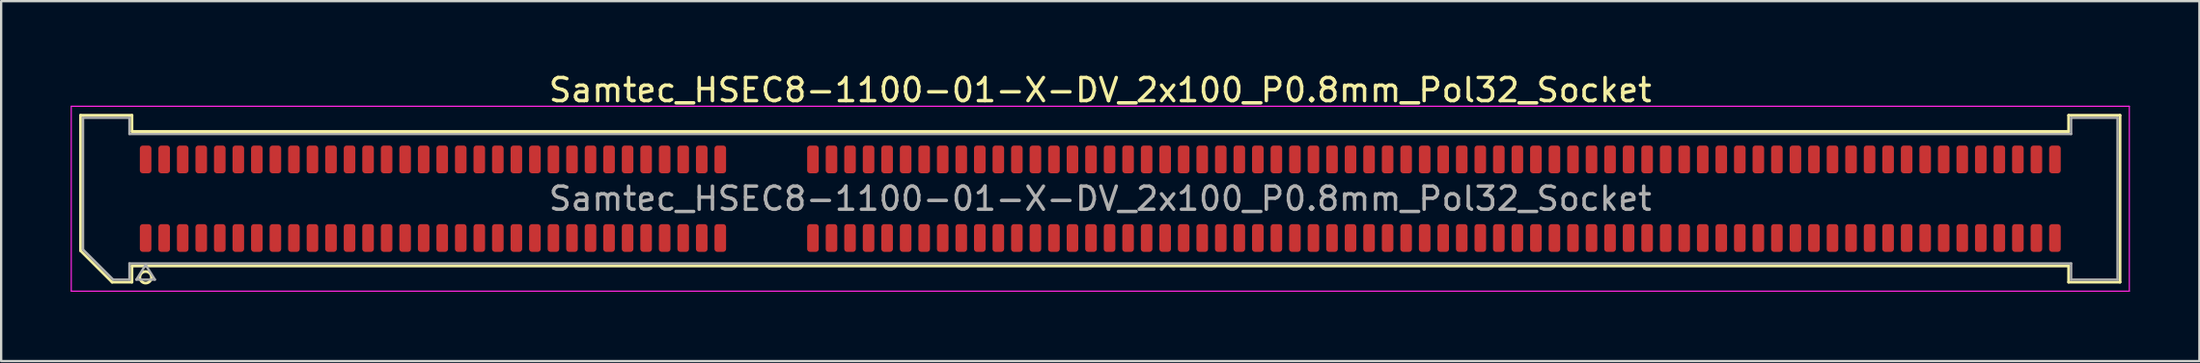
<source format=kicad_pcb>
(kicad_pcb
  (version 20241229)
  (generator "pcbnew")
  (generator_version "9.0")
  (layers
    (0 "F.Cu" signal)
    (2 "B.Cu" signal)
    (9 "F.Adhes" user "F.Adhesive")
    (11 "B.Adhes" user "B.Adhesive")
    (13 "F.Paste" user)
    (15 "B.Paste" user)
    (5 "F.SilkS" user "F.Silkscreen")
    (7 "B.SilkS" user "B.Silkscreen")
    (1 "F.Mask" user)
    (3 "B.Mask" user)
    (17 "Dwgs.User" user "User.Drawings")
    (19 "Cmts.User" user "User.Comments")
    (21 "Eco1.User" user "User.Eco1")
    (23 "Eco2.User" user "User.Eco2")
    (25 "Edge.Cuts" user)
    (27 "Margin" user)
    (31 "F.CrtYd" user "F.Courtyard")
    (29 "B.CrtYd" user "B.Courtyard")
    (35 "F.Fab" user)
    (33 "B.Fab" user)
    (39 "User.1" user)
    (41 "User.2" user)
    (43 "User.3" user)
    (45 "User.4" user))
  (footprint "Samtec_HSEC8-1100-01-X-DV_2x100_P0.8mm_Pol32_Socket"
    (layer "F.Cu")
    (at 44.435 5.548)
    (property "Reference" "Samtec_HSEC8-1100-01-X-DV_2x100_P0.8mm_Pol32_Socket" (at 0 -4.7 0) (layer "F.SilkS") (effects (font (size 1 1) (thickness 0.15))))
    (attr smd)
    (fp_line (start -44.01 -3.61) (end -41.79 -3.61) (stroke (width 0.12) (type solid)) (layer "F.SilkS"))
    (fp_line (start -44.01 2.246) (end -44.01 -3.61) (stroke (width 0.12) (type solid)) (layer "F.SilkS"))
    (fp_line (start -42.646 3.61) (end -44.01 2.246) (stroke (width 0.12) (type solid)) (layer "F.SilkS"))
    (fp_line (start -41.79 -3.61) (end -41.79 -2.91) (stroke (width 0.12) (type solid)) (layer "F.SilkS"))
    (fp_line (start -41.79 -2.91) (end 41.79 -2.91) (stroke (width 0.12) (type solid)) (layer "F.SilkS"))
    (fp_line (start -41.79 2.91) (end -41.79 3.61) (stroke (width 0.12) (type solid)) (layer "F.SilkS"))
    (fp_line (start -41.79 3.61) (end -42.646 3.61) (stroke (width 0.12) (type solid)) (layer "F.SilkS"))
    (fp_line (start 41.79 -3.61) (end 44.01 -3.61) (stroke (width 0.12) (type solid)) (layer "F.SilkS"))
    (fp_line (start 41.79 -2.91) (end 41.79 -3.61) (stroke (width 0.12) (type solid)) (layer "F.SilkS"))
    (fp_line (start 41.79 2.91) (end -41.79 2.91) (stroke (width 0.12) (type solid)) (layer "F.SilkS"))
    (fp_line (start 41.79 3.61) (end 41.79 2.91) (stroke (width 0.12) (type solid)) (layer "F.SilkS"))
    (fp_line (start 44.01 -3.61) (end 44.01 3.61) (stroke (width 0.12) (type solid)) (layer "F.SilkS"))
    (fp_line (start 44.01 3.61) (end 41.79 3.61) (stroke (width 0.12) (type solid)) (layer "F.SilkS"))
    (fp_circle (center -41.2 3.4) (end -40.95 3.4) (stroke (width 0.12) (type solid)) (fill no) (layer "F.SilkS"))
    (fp_line (start -44.41 -4) (end -44.41 4) (stroke (width 0.05) (type solid)) (layer "F.CrtYd"))
    (fp_line (start -44.41 4) (end 44.41 4) (stroke (width 0.05) (type solid)) (layer "F.CrtYd"))
    (fp_line (start 44.41 -4) (end -44.41 -4) (stroke (width 0.05) (type solid)) (layer "F.CrtYd"))
    (fp_line (start 44.41 4) (end 44.41 -4) (stroke (width 0.05) (type solid)) (layer "F.CrtYd"))
    (fp_line (start -43.9 -3.5) (end -41.9 -3.5) (stroke (width 0.1) (type solid)) (layer "F.Fab"))
    (fp_line (start -43.9 2.2) (end -43.9 -3.5) (stroke (width 0.1) (type solid)) (layer "F.Fab"))
    (fp_line (start -42.6 3.5) (end -43.9 2.2) (stroke (width 0.1) (type solid)) (layer "F.Fab"))
    (fp_line (start -41.9 -3.5) (end -41.9 -2.8) (stroke (width 0.1) (type solid)) (layer "F.Fab"))
    (fp_line (start -41.9 -2.8) (end 41.9 -2.8) (stroke (width 0.1) (type solid)) (layer "F.Fab"))
    (fp_line (start -41.9 2.8) (end -41.9 3.5) (stroke (width 0.1) (type solid)) (layer "F.Fab"))
    (fp_line (start -41.9 3.5) (end -42.6 3.5) (stroke (width 0.1) (type solid)) (layer "F.Fab"))
    (fp_line (start -41.6 3.5) (end -41.2 2.86) (stroke (width 0.1) (type solid)) (layer "F.Fab"))
    (fp_line (start -41.2 2.86) (end -40.8 3.5) (stroke (width 0.1) (type solid)) (layer "F.Fab"))
    (fp_line (start -40.8 3.5) (end -41.6 3.5) (stroke (width 0.1) (type solid)) (layer "F.Fab"))
    (fp_line (start 41.9 -3.5) (end 43.9 -3.5) (stroke (width 0.1) (type solid)) (layer "F.Fab"))
    (fp_line (start 41.9 -2.8) (end 41.9 -3.5) (stroke (width 0.1) (type solid)) (layer "F.Fab"))
    (fp_line (start 41.9 2.8) (end -41.9 2.8) (stroke (width 0.1) (type solid)) (layer "F.Fab"))
    (fp_line (start 41.9 3.5) (end 41.9 2.8) (stroke (width 0.1) (type solid)) (layer "F.Fab"))
    (fp_line (start 43.9 -3.5) (end 43.9 3.5) (stroke (width 0.1) (type solid)) (layer "F.Fab"))
    (fp_line (start 43.9 3.5) (end 41.9 3.5) (stroke (width 0.1) (type solid)) (layer "F.Fab"))
    (fp_text user "${REFERENCE}" (at 0 0 0) (layer "F.Fab") (effects (font (size 1 1) (thickness 0.15))))
    (pad "1" smd roundrect (at -41.2 1.7) (size 0.5 1.2) (layers "F.Cu" "F.Mask" "F.Paste") (roundrect_rratio 0.25))
    (pad "2" smd roundrect (at -41.2 -1.7) (size 0.5 1.2) (layers "F.Cu" "F.Mask" "F.Paste") (roundrect_rratio 0.25))
    (pad "3" smd roundrect (at -40.4 1.7) (size 0.5 1.2) (layers "F.Cu" "F.Mask" "F.Paste") (roundrect_rratio 0.25))
    (pad "4" smd roundrect (at -40.4 -1.7) (size 0.5 1.2) (layers "F.Cu" "F.Mask" "F.Paste") (roundrect_rratio 0.25))
    (pad "5" smd roundrect (at -39.6 1.7) (size 0.5 1.2) (layers "F.Cu" "F.Mask" "F.Paste") (roundrect_rratio 0.25))
    (pad "6" smd roundrect (at -39.6 -1.7) (size 0.5 1.2) (layers "F.Cu" "F.Mask" "F.Paste") (roundrect_rratio 0.25))
    (pad "7" smd roundrect (at -38.8 1.7) (size 0.5 1.2) (layers "F.Cu" "F.Mask" "F.Paste") (roundrect_rratio 0.25))
    (pad "8" smd roundrect (at -38.8 -1.7) (size 0.5 1.2) (layers "F.Cu" "F.Mask" "F.Paste") (roundrect_rratio 0.25))
    (pad "9" smd roundrect (at -38 1.7) (size 0.5 1.2) (layers "F.Cu" "F.Mask" "F.Paste") (roundrect_rratio 0.25))
    (pad "10" smd roundrect (at -38 -1.7) (size 0.5 1.2) (layers "F.Cu" "F.Mask" "F.Paste") (roundrect_rratio 0.25))
    (pad "11" smd roundrect (at -37.2 1.7) (size 0.5 1.2) (layers "F.Cu" "F.Mask" "F.Paste") (roundrect_rratio 0.25))
    (pad "12" smd roundrect (at -37.2 -1.7) (size 0.5 1.2) (layers "F.Cu" "F.Mask" "F.Paste") (roundrect_rratio 0.25))
    (pad "13" smd roundrect (at -36.4 1.7) (size 0.5 1.2) (layers "F.Cu" "F.Mask" "F.Paste") (roundrect_rratio 0.25))
    (pad "14" smd roundrect (at -36.4 -1.7) (size 0.5 1.2) (layers "F.Cu" "F.Mask" "F.Paste") (roundrect_rratio 0.25))
    (pad "15" smd roundrect (at -35.6 1.7) (size 0.5 1.2) (layers "F.Cu" "F.Mask" "F.Paste") (roundrect_rratio 0.25))
    (pad "16" smd roundrect (at -35.6 -1.7) (size 0.5 1.2) (layers "F.Cu" "F.Mask" "F.Paste") (roundrect_rratio 0.25))
    (pad "17" smd roundrect (at -34.8 1.7) (size 0.5 1.2) (layers "F.Cu" "F.Mask" "F.Paste") (roundrect_rratio 0.25))
    (pad "18" smd roundrect (at -34.8 -1.7) (size 0.5 1.2) (layers "F.Cu" "F.Mask" "F.Paste") (roundrect_rratio 0.25))
    (pad "19" smd roundrect (at -34 1.7) (size 0.5 1.2) (layers "F.Cu" "F.Mask" "F.Paste") (roundrect_rratio 0.25))
    (pad "20" smd roundrect (at -34 -1.7) (size 0.5 1.2) (layers "F.Cu" "F.Mask" "F.Paste") (roundrect_rratio 0.25))
    (pad "21" smd roundrect (at -33.2 1.7) (size 0.5 1.2) (layers "F.Cu" "F.Mask" "F.Paste") (roundrect_rratio 0.25))
    (pad "22" smd roundrect (at -33.2 -1.7) (size 0.5 1.2) (layers "F.Cu" "F.Mask" "F.Paste") (roundrect_rratio 0.25))
    (pad "23" smd roundrect (at -32.4 1.7) (size 0.5 1.2) (layers "F.Cu" "F.Mask" "F.Paste") (roundrect_rratio 0.25))
    (pad "24" smd roundrect (at -32.4 -1.7) (size 0.5 1.2) (layers "F.Cu" "F.Mask" "F.Paste") (roundrect_rratio 0.25))
    (pad "25" smd roundrect (at -31.6 1.7) (size 0.5 1.2) (layers "F.Cu" "F.Mask" "F.Paste") (roundrect_rratio 0.25))
    (pad "26" smd roundrect (at -31.6 -1.7) (size 0.5 1.2) (layers "F.Cu" "F.Mask" "F.Paste") (roundrect_rratio 0.25))
    (pad "27" smd roundrect (at -30.8 1.7) (size 0.5 1.2) (layers "F.Cu" "F.Mask" "F.Paste") (roundrect_rratio 0.25))
    (pad "28" smd roundrect (at -30.8 -1.7) (size 0.5 1.2) (layers "F.Cu" "F.Mask" "F.Paste") (roundrect_rratio 0.25))
    (pad "29" smd roundrect (at -30 1.7) (size 0.5 1.2) (layers "F.Cu" "F.Mask" "F.Paste") (roundrect_rratio 0.25))
    (pad "30" smd roundrect (at -30 -1.7) (size 0.5 1.2) (layers "F.Cu" "F.Mask" "F.Paste") (roundrect_rratio 0.25))
    (pad "31" smd roundrect (at -29.2 1.7) (size 0.5 1.2) (layers "F.Cu" "F.Mask" "F.Paste") (roundrect_rratio 0.25))
    (pad "32" smd roundrect (at -29.2 -1.7) (size 0.5 1.2) (layers "F.Cu" "F.Mask" "F.Paste") (roundrect_rratio 0.25))
    (pad "33" smd roundrect (at -28.4 1.7) (size 0.5 1.2) (layers "F.Cu" "F.Mask" "F.Paste") (roundrect_rratio 0.25))
    (pad "34" smd roundrect (at -28.4 -1.7) (size 0.5 1.2) (layers "F.Cu" "F.Mask" "F.Paste") (roundrect_rratio 0.25))
    (pad "35" smd roundrect (at -27.6 1.7) (size 0.5 1.2) (layers "F.Cu" "F.Mask" "F.Paste") (roundrect_rratio 0.25))
    (pad "36" smd roundrect (at -27.6 -1.7) (size 0.5 1.2) (layers "F.Cu" "F.Mask" "F.Paste") (roundrect_rratio 0.25))
    (pad "37" smd roundrect (at -26.8 1.7) (size 0.5 1.2) (layers "F.Cu" "F.Mask" "F.Paste") (roundrect_rratio 0.25))
    (pad "38" smd roundrect (at -26.8 -1.7) (size 0.5 1.2) (layers "F.Cu" "F.Mask" "F.Paste") (roundrect_rratio 0.25))
    (pad "39" smd roundrect (at -26 1.7) (size 0.5 1.2) (layers "F.Cu" "F.Mask" "F.Paste") (roundrect_rratio 0.25))
    (pad "40" smd roundrect (at -26 -1.7) (size 0.5 1.2) (layers "F.Cu" "F.Mask" "F.Paste") (roundrect_rratio 0.25))
    (pad "41" smd roundrect (at -25.2 1.7) (size 0.5 1.2) (layers "F.Cu" "F.Mask" "F.Paste") (roundrect_rratio 0.25))
    (pad "42" smd roundrect (at -25.2 -1.7) (size 0.5 1.2) (layers "F.Cu" "F.Mask" "F.Paste") (roundrect_rratio 0.25))
    (pad "43" smd roundrect (at -24.4 1.7) (size 0.5 1.2) (layers "F.Cu" "F.Mask" "F.Paste") (roundrect_rratio 0.25))
    (pad "44" smd roundrect (at -24.4 -1.7) (size 0.5 1.2) (layers "F.Cu" "F.Mask" "F.Paste") (roundrect_rratio 0.25))
    (pad "45" smd roundrect (at -23.6 1.7) (size 0.5 1.2) (layers "F.Cu" "F.Mask" "F.Paste") (roundrect_rratio 0.25))
    (pad "46" smd roundrect (at -23.6 -1.7) (size 0.5 1.2) (layers "F.Cu" "F.Mask" "F.Paste") (roundrect_rratio 0.25))
    (pad "47" smd roundrect (at -22.8 1.7) (size 0.5 1.2) (layers "F.Cu" "F.Mask" "F.Paste") (roundrect_rratio 0.25))
    (pad "48" smd roundrect (at -22.8 -1.7) (size 0.5 1.2) (layers "F.Cu" "F.Mask" "F.Paste") (roundrect_rratio 0.25))
    (pad "49" smd roundrect (at -22 1.7) (size 0.5 1.2) (layers "F.Cu" "F.Mask" "F.Paste") (roundrect_rratio 0.25))
    (pad "50" smd roundrect (at -22 -1.7) (size 0.5 1.2) (layers "F.Cu" "F.Mask" "F.Paste") (roundrect_rratio 0.25))
    (pad "51" smd roundrect (at -21.2 1.7) (size 0.5 1.2) (layers "F.Cu" "F.Mask" "F.Paste") (roundrect_rratio 0.25))
    (pad "52" smd roundrect (at -21.2 -1.7) (size 0.5 1.2) (layers "F.Cu" "F.Mask" "F.Paste") (roundrect_rratio 0.25))
    (pad "53" smd roundrect (at -20.4 1.7) (size 0.5 1.2) (layers "F.Cu" "F.Mask" "F.Paste") (roundrect_rratio 0.25))
    (pad "54" smd roundrect (at -20.4 -1.7) (size 0.5 1.2) (layers "F.Cu" "F.Mask" "F.Paste") (roundrect_rratio 0.25))
    (pad "55" smd roundrect (at -19.6 1.7) (size 0.5 1.2) (layers "F.Cu" "F.Mask" "F.Paste") (roundrect_rratio 0.25))
    (pad "56" smd roundrect (at -19.6 -1.7) (size 0.5 1.2) (layers "F.Cu" "F.Mask" "F.Paste") (roundrect_rratio 0.25))
    (pad "57" smd roundrect (at -18.8 1.7) (size 0.5 1.2) (layers "F.Cu" "F.Mask" "F.Paste") (roundrect_rratio 0.25))
    (pad "58" smd roundrect (at -18.8 -1.7) (size 0.5 1.2) (layers "F.Cu" "F.Mask" "F.Paste") (roundrect_rratio 0.25))
    (pad "59" smd roundrect (at -18 1.7) (size 0.5 1.2) (layers "F.Cu" "F.Mask" "F.Paste") (roundrect_rratio 0.25))
    (pad "60" smd roundrect (at -18 -1.7) (size 0.5 1.2) (layers "F.Cu" "F.Mask" "F.Paste") (roundrect_rratio 0.25))
    (pad "61" smd roundrect (at -17.2 1.7) (size 0.5 1.2) (layers "F.Cu" "F.Mask" "F.Paste") (roundrect_rratio 0.25))
    (pad "62" smd roundrect (at -17.2 -1.7) (size 0.5 1.2) (layers "F.Cu" "F.Mask" "F.Paste") (roundrect_rratio 0.25))
    (pad "63" smd roundrect (at -16.4 1.7) (size 0.5 1.2) (layers "F.Cu" "F.Mask" "F.Paste") (roundrect_rratio 0.25))
    (pad "64" smd roundrect (at -16.4 -1.7) (size 0.5 1.2) (layers "F.Cu" "F.Mask" "F.Paste") (roundrect_rratio 0.25))
    (pad "65" smd roundrect (at -12.4 1.7) (size 0.5 1.2) (layers "F.Cu" "F.Mask" "F.Paste") (roundrect_rratio 0.25))
    (pad "66" smd roundrect (at -12.4 -1.7) (size 0.5 1.2) (layers "F.Cu" "F.Mask" "F.Paste") (roundrect_rratio 0.25))
    (pad "67" smd roundrect (at -11.6 1.7) (size 0.5 1.2) (layers "F.Cu" "F.Mask" "F.Paste") (roundrect_rratio 0.25))
    (pad "68" smd roundrect (at -11.6 -1.7) (size 0.5 1.2) (layers "F.Cu" "F.Mask" "F.Paste") (roundrect_rratio 0.25))
    (pad "69" smd roundrect (at -10.8 1.7) (size 0.5 1.2) (layers "F.Cu" "F.Mask" "F.Paste") (roundrect_rratio 0.25))
    (pad "70" smd roundrect (at -10.8 -1.7) (size 0.5 1.2) (layers "F.Cu" "F.Mask" "F.Paste") (roundrect_rratio 0.25))
    (pad "71" smd roundrect (at -10 1.7) (size 0.5 1.2) (layers "F.Cu" "F.Mask" "F.Paste") (roundrect_rratio 0.25))
    (pad "72" smd roundrect (at -10 -1.7) (size 0.5 1.2) (layers "F.Cu" "F.Mask" "F.Paste") (roundrect_rratio 0.25))
    (pad "73" smd roundrect (at -9.2 1.7) (size 0.5 1.2) (layers "F.Cu" "F.Mask" "F.Paste") (roundrect_rratio 0.25))
    (pad "74" smd roundrect (at -9.2 -1.7) (size 0.5 1.2) (layers "F.Cu" "F.Mask" "F.Paste") (roundrect_rratio 0.25))
    (pad "75" smd roundrect (at -8.4 1.7) (size 0.5 1.2) (layers "F.Cu" "F.Mask" "F.Paste") (roundrect_rratio 0.25))
    (pad "76" smd roundrect (at -8.4 -1.7) (size 0.5 1.2) (layers "F.Cu" "F.Mask" "F.Paste") (roundrect_rratio 0.25))
    (pad "77" smd roundrect (at -7.6 1.7) (size 0.5 1.2) (layers "F.Cu" "F.Mask" "F.Paste") (roundrect_rratio 0.25))
    (pad "78" smd roundrect (at -7.6 -1.7) (size 0.5 1.2) (layers "F.Cu" "F.Mask" "F.Paste") (roundrect_rratio 0.25))
    (pad "79" smd roundrect (at -6.8 1.7) (size 0.5 1.2) (layers "F.Cu" "F.Mask" "F.Paste") (roundrect_rratio 0.25))
    (pad "80" smd roundrect (at -6.8 -1.7) (size 0.5 1.2) (layers "F.Cu" "F.Mask" "F.Paste") (roundrect_rratio 0.25))
    (pad "81" smd roundrect (at -6 1.7) (size 0.5 1.2) (layers "F.Cu" "F.Mask" "F.Paste") (roundrect_rratio 0.25))
    (pad "82" smd roundrect (at -6 -1.7) (size 0.5 1.2) (layers "F.Cu" "F.Mask" "F.Paste") (roundrect_rratio 0.25))
    (pad "83" smd roundrect (at -5.2 1.7) (size 0.5 1.2) (layers "F.Cu" "F.Mask" "F.Paste") (roundrect_rratio 0.25))
    (pad "84" smd roundrect (at -5.2 -1.7) (size 0.5 1.2) (layers "F.Cu" "F.Mask" "F.Paste") (roundrect_rratio 0.25))
    (pad "85" smd roundrect (at -4.4 1.7) (size 0.5 1.2) (layers "F.Cu" "F.Mask" "F.Paste") (roundrect_rratio 0.25))
    (pad "86" smd roundrect (at -4.4 -1.7) (size 0.5 1.2) (layers "F.Cu" "F.Mask" "F.Paste") (roundrect_rratio 0.25))
    (pad "87" smd roundrect (at -3.6 1.7) (size 0.5 1.2) (layers "F.Cu" "F.Mask" "F.Paste") (roundrect_rratio 0.25))
    (pad "88" smd roundrect (at -3.6 -1.7) (size 0.5 1.2) (layers "F.Cu" "F.Mask" "F.Paste") (roundrect_rratio 0.25))
    (pad "89" smd roundrect (at -2.8 1.7) (size 0.5 1.2) (layers "F.Cu" "F.Mask" "F.Paste") (roundrect_rratio 0.25))
    (pad "90" smd roundrect (at -2.8 -1.7) (size 0.5 1.2) (layers "F.Cu" "F.Mask" "F.Paste") (roundrect_rratio 0.25))
    (pad "91" smd roundrect (at -2 1.7) (size 0.5 1.2) (layers "F.Cu" "F.Mask" "F.Paste") (roundrect_rratio 0.25))
    (pad "92" smd roundrect (at -2 -1.7) (size 0.5 1.2) (layers "F.Cu" "F.Mask" "F.Paste") (roundrect_rratio 0.25))
    (pad "93" smd roundrect (at -1.2 1.7) (size 0.5 1.2) (layers "F.Cu" "F.Mask" "F.Paste") (roundrect_rratio 0.25))
    (pad "94" smd roundrect (at -1.2 -1.7) (size 0.5 1.2) (layers "F.Cu" "F.Mask" "F.Paste") (roundrect_rratio 0.25))
    (pad "95" smd roundrect (at -0.4 1.7) (size 0.5 1.2) (layers "F.Cu" "F.Mask" "F.Paste") (roundrect_rratio 0.25))
    (pad "96" smd roundrect (at -0.4 -1.7) (size 0.5 1.2) (layers "F.Cu" "F.Mask" "F.Paste") (roundrect_rratio 0.25))
    (pad "97" smd roundrect (at 0.4 1.7) (size 0.5 1.2) (layers "F.Cu" "F.Mask" "F.Paste") (roundrect_rratio 0.25))
    (pad "98" smd roundrect (at 0.4 -1.7) (size 0.5 1.2) (layers "F.Cu" "F.Mask" "F.Paste") (roundrect_rratio 0.25))
    (pad "99" smd roundrect (at 1.2 1.7) (size 0.5 1.2) (layers "F.Cu" "F.Mask" "F.Paste") (roundrect_rratio 0.25))
    (pad "100" smd roundrect (at 1.2 -1.7) (size 0.5 1.2) (layers "F.Cu" "F.Mask" "F.Paste") (roundrect_rratio 0.25))
    (pad "101" smd roundrect (at 2 1.7) (size 0.5 1.2) (layers "F.Cu" "F.Mask" "F.Paste") (roundrect_rratio 0.25))
    (pad "102" smd roundrect (at 2 -1.7) (size 0.5 1.2) (layers "F.Cu" "F.Mask" "F.Paste") (roundrect_rratio 0.25))
    (pad "103" smd roundrect (at 2.8 1.7) (size 0.5 1.2) (layers "F.Cu" "F.Mask" "F.Paste") (roundrect_rratio 0.25))
    (pad "104" smd roundrect (at 2.8 -1.7) (size 0.5 1.2) (layers "F.Cu" "F.Mask" "F.Paste") (roundrect_rratio 0.25))
    (pad "105" smd roundrect (at 3.6 1.7) (size 0.5 1.2) (layers "F.Cu" "F.Mask" "F.Paste") (roundrect_rratio 0.25))
    (pad "106" smd roundrect (at 3.6 -1.7) (size 0.5 1.2) (layers "F.Cu" "F.Mask" "F.Paste") (roundrect_rratio 0.25))
    (pad "107" smd roundrect (at 4.4 1.7) (size 0.5 1.2) (layers "F.Cu" "F.Mask" "F.Paste") (roundrect_rratio 0.25))
    (pad "108" smd roundrect (at 4.4 -1.7) (size 0.5 1.2) (layers "F.Cu" "F.Mask" "F.Paste") (roundrect_rratio 0.25))
    (pad "109" smd roundrect (at 5.2 1.7) (size 0.5 1.2) (layers "F.Cu" "F.Mask" "F.Paste") (roundrect_rratio 0.25))
    (pad "110" smd roundrect (at 5.2 -1.7) (size 0.5 1.2) (layers "F.Cu" "F.Mask" "F.Paste") (roundrect_rratio 0.25))
    (pad "111" smd roundrect (at 6 1.7) (size 0.5 1.2) (layers "F.Cu" "F.Mask" "F.Paste") (roundrect_rratio 0.25))
    (pad "112" smd roundrect (at 6 -1.7) (size 0.5 1.2) (layers "F.Cu" "F.Mask" "F.Paste") (roundrect_rratio 0.25))
    (pad "113" smd roundrect (at 6.8 1.7) (size 0.5 1.2) (layers "F.Cu" "F.Mask" "F.Paste") (roundrect_rratio 0.25))
    (pad "114" smd roundrect (at 6.8 -1.7) (size 0.5 1.2) (layers "F.Cu" "F.Mask" "F.Paste") (roundrect_rratio 0.25))
    (pad "115" smd roundrect (at 7.6 1.7) (size 0.5 1.2) (layers "F.Cu" "F.Mask" "F.Paste") (roundrect_rratio 0.25))
    (pad "116" smd roundrect (at 7.6 -1.7) (size 0.5 1.2) (layers "F.Cu" "F.Mask" "F.Paste") (roundrect_rratio 0.25))
    (pad "117" smd roundrect (at 8.4 1.7) (size 0.5 1.2) (layers "F.Cu" "F.Mask" "F.Paste") (roundrect_rratio 0.25))
    (pad "118" smd roundrect (at 8.4 -1.7) (size 0.5 1.2) (layers "F.Cu" "F.Mask" "F.Paste") (roundrect_rratio 0.25))
    (pad "119" smd roundrect (at 9.2 1.7) (size 0.5 1.2) (layers "F.Cu" "F.Mask" "F.Paste") (roundrect_rratio 0.25))
    (pad "120" smd roundrect (at 9.2 -1.7) (size 0.5 1.2) (layers "F.Cu" "F.Mask" "F.Paste") (roundrect_rratio 0.25))
    (pad "121" smd roundrect (at 10 1.7) (size 0.5 1.2) (layers "F.Cu" "F.Mask" "F.Paste") (roundrect_rratio 0.25))
    (pad "122" smd roundrect (at 10 -1.7) (size 0.5 1.2) (layers "F.Cu" "F.Mask" "F.Paste") (roundrect_rratio 0.25))
    (pad "123" smd roundrect (at 10.8 1.7) (size 0.5 1.2) (layers "F.Cu" "F.Mask" "F.Paste") (roundrect_rratio 0.25))
    (pad "124" smd roundrect (at 10.8 -1.7) (size 0.5 1.2) (layers "F.Cu" "F.Mask" "F.Paste") (roundrect_rratio 0.25))
    (pad "125" smd roundrect (at 11.6 1.7) (size 0.5 1.2) (layers "F.Cu" "F.Mask" "F.Paste") (roundrect_rratio 0.25))
    (pad "126" smd roundrect (at 11.6 -1.7) (size 0.5 1.2) (layers "F.Cu" "F.Mask" "F.Paste") (roundrect_rratio 0.25))
    (pad "127" smd roundrect (at 12.4 1.7) (size 0.5 1.2) (layers "F.Cu" "F.Mask" "F.Paste") (roundrect_rratio 0.25))
    (pad "128" smd roundrect (at 12.4 -1.7) (size 0.5 1.2) (layers "F.Cu" "F.Mask" "F.Paste") (roundrect_rratio 0.25))
    (pad "129" smd roundrect (at 13.2 1.7) (size 0.5 1.2) (layers "F.Cu" "F.Mask" "F.Paste") (roundrect_rratio 0.25))
    (pad "130" smd roundrect (at 13.2 -1.7) (size 0.5 1.2) (layers "F.Cu" "F.Mask" "F.Paste") (roundrect_rratio 0.25))
    (pad "131" smd roundrect (at 14 1.7) (size 0.5 1.2) (layers "F.Cu" "F.Mask" "F.Paste") (roundrect_rratio 0.25))
    (pad "132" smd roundrect (at 14 -1.7) (size 0.5 1.2) (layers "F.Cu" "F.Mask" "F.Paste") (roundrect_rratio 0.25))
    (pad "133" smd roundrect (at 14.8 1.7) (size 0.5 1.2) (layers "F.Cu" "F.Mask" "F.Paste") (roundrect_rratio 0.25))
    (pad "134" smd roundrect (at 14.8 -1.7) (size 0.5 1.2) (layers "F.Cu" "F.Mask" "F.Paste") (roundrect_rratio 0.25))
    (pad "135" smd roundrect (at 15.6 1.7) (size 0.5 1.2) (layers "F.Cu" "F.Mask" "F.Paste") (roundrect_rratio 0.25))
    (pad "136" smd roundrect (at 15.6 -1.7) (size 0.5 1.2) (layers "F.Cu" "F.Mask" "F.Paste") (roundrect_rratio 0.25))
    (pad "137" smd roundrect (at 16.4 1.7) (size 0.5 1.2) (layers "F.Cu" "F.Mask" "F.Paste") (roundrect_rratio 0.25))
    (pad "138" smd roundrect (at 16.4 -1.7) (size 0.5 1.2) (layers "F.Cu" "F.Mask" "F.Paste") (roundrect_rratio 0.25))
    (pad "139" smd roundrect (at 17.2 1.7) (size 0.5 1.2) (layers "F.Cu" "F.Mask" "F.Paste") (roundrect_rratio 0.25))
    (pad "140" smd roundrect (at 17.2 -1.7) (size 0.5 1.2) (layers "F.Cu" "F.Mask" "F.Paste") (roundrect_rratio 0.25))
    (pad "141" smd roundrect (at 18 1.7) (size 0.5 1.2) (layers "F.Cu" "F.Mask" "F.Paste") (roundrect_rratio 0.25))
    (pad "142" smd roundrect (at 18 -1.7) (size 0.5 1.2) (layers "F.Cu" "F.Mask" "F.Paste") (roundrect_rratio 0.25))
    (pad "143" smd roundrect (at 18.8 1.7) (size 0.5 1.2) (layers "F.Cu" "F.Mask" "F.Paste") (roundrect_rratio 0.25))
    (pad "144" smd roundrect (at 18.8 -1.7) (size 0.5 1.2) (layers "F.Cu" "F.Mask" "F.Paste") (roundrect_rratio 0.25))
    (pad "145" smd roundrect (at 19.6 1.7) (size 0.5 1.2) (layers "F.Cu" "F.Mask" "F.Paste") (roundrect_rratio 0.25))
    (pad "146" smd roundrect (at 19.6 -1.7) (size 0.5 1.2) (layers "F.Cu" "F.Mask" "F.Paste") (roundrect_rratio 0.25))
    (pad "147" smd roundrect (at 20.4 1.7) (size 0.5 1.2) (layers "F.Cu" "F.Mask" "F.Paste") (roundrect_rratio 0.25))
    (pad "148" smd roundrect (at 20.4 -1.7) (size 0.5 1.2) (layers "F.Cu" "F.Mask" "F.Paste") (roundrect_rratio 0.25))
    (pad "149" smd roundrect (at 21.2 1.7) (size 0.5 1.2) (layers "F.Cu" "F.Mask" "F.Paste") (roundrect_rratio 0.25))
    (pad "150" smd roundrect (at 21.2 -1.7) (size 0.5 1.2) (layers "F.Cu" "F.Mask" "F.Paste") (roundrect_rratio 0.25))
    (pad "151" smd roundrect (at 22 1.7) (size 0.5 1.2) (layers "F.Cu" "F.Mask" "F.Paste") (roundrect_rratio 0.25))
    (pad "152" smd roundrect (at 22 -1.7) (size 0.5 1.2) (layers "F.Cu" "F.Mask" "F.Paste") (roundrect_rratio 0.25))
    (pad "153" smd roundrect (at 22.8 1.7) (size 0.5 1.2) (layers "F.Cu" "F.Mask" "F.Paste") (roundrect_rratio 0.25))
    (pad "154" smd roundrect (at 22.8 -1.7) (size 0.5 1.2) (layers "F.Cu" "F.Mask" "F.Paste") (roundrect_rratio 0.25))
    (pad "155" smd roundrect (at 23.6 1.7) (size 0.5 1.2) (layers "F.Cu" "F.Mask" "F.Paste") (roundrect_rratio 0.25))
    (pad "156" smd roundrect (at 23.6 -1.7) (size 0.5 1.2) (layers "F.Cu" "F.Mask" "F.Paste") (roundrect_rratio 0.25))
    (pad "157" smd roundrect (at 24.4 1.7) (size 0.5 1.2) (layers "F.Cu" "F.Mask" "F.Paste") (roundrect_rratio 0.25))
    (pad "158" smd roundrect (at 24.4 -1.7) (size 0.5 1.2) (layers "F.Cu" "F.Mask" "F.Paste") (roundrect_rratio 0.25))
    (pad "159" smd roundrect (at 25.2 1.7) (size 0.5 1.2) (layers "F.Cu" "F.Mask" "F.Paste") (roundrect_rratio 0.25))
    (pad "160" smd roundrect (at 25.2 -1.7) (size 0.5 1.2) (layers "F.Cu" "F.Mask" "F.Paste") (roundrect_rratio 0.25))
    (pad "161" smd roundrect (at 26 1.7) (size 0.5 1.2) (layers "F.Cu" "F.Mask" "F.Paste") (roundrect_rratio 0.25))
    (pad "162" smd roundrect (at 26 -1.7) (size 0.5 1.2) (layers "F.Cu" "F.Mask" "F.Paste") (roundrect_rratio 0.25))
    (pad "163" smd roundrect (at 26.8 1.7) (size 0.5 1.2) (layers "F.Cu" "F.Mask" "F.Paste") (roundrect_rratio 0.25))
    (pad "164" smd roundrect (at 26.8 -1.7) (size 0.5 1.2) (layers "F.Cu" "F.Mask" "F.Paste") (roundrect_rratio 0.25))
    (pad "165" smd roundrect (at 27.6 1.7) (size 0.5 1.2) (layers "F.Cu" "F.Mask" "F.Paste") (roundrect_rratio 0.25))
    (pad "166" smd roundrect (at 27.6 -1.7) (size 0.5 1.2) (layers "F.Cu" "F.Mask" "F.Paste") (roundrect_rratio 0.25))
    (pad "167" smd roundrect (at 28.4 1.7) (size 0.5 1.2) (layers "F.Cu" "F.Mask" "F.Paste") (roundrect_rratio 0.25))
    (pad "168" smd roundrect (at 28.4 -1.7) (size 0.5 1.2) (layers "F.Cu" "F.Mask" "F.Paste") (roundrect_rratio 0.25))
    (pad "169" smd roundrect (at 29.2 1.7) (size 0.5 1.2) (layers "F.Cu" "F.Mask" "F.Paste") (roundrect_rratio 0.25))
    (pad "170" smd roundrect (at 29.2 -1.7) (size 0.5 1.2) (layers "F.Cu" "F.Mask" "F.Paste") (roundrect_rratio 0.25))
    (pad "171" smd roundrect (at 30 1.7) (size 0.5 1.2) (layers "F.Cu" "F.Mask" "F.Paste") (roundrect_rratio 0.25))
    (pad "172" smd roundrect (at 30 -1.7) (size 0.5 1.2) (layers "F.Cu" "F.Mask" "F.Paste") (roundrect_rratio 0.25))
    (pad "173" smd roundrect (at 30.8 1.7) (size 0.5 1.2) (layers "F.Cu" "F.Mask" "F.Paste") (roundrect_rratio 0.25))
    (pad "174" smd roundrect (at 30.8 -1.7) (size 0.5 1.2) (layers "F.Cu" "F.Mask" "F.Paste") (roundrect_rratio 0.25))
    (pad "175" smd roundrect (at 31.6 1.7) (size 0.5 1.2) (layers "F.Cu" "F.Mask" "F.Paste") (roundrect_rratio 0.25))
    (pad "176" smd roundrect (at 31.6 -1.7) (size 0.5 1.2) (layers "F.Cu" "F.Mask" "F.Paste") (roundrect_rratio 0.25))
    (pad "177" smd roundrect (at 32.4 1.7) (size 0.5 1.2) (layers "F.Cu" "F.Mask" "F.Paste") (roundrect_rratio 0.25))
    (pad "178" smd roundrect (at 32.4 -1.7) (size 0.5 1.2) (layers "F.Cu" "F.Mask" "F.Paste") (roundrect_rratio 0.25))
    (pad "179" smd roundrect (at 33.2 1.7) (size 0.5 1.2) (layers "F.Cu" "F.Mask" "F.Paste") (roundrect_rratio 0.25))
    (pad "180" smd roundrect (at 33.2 -1.7) (size 0.5 1.2) (layers "F.Cu" "F.Mask" "F.Paste") (roundrect_rratio 0.25))
    (pad "181" smd roundrect (at 34 1.7) (size 0.5 1.2) (layers "F.Cu" "F.Mask" "F.Paste") (roundrect_rratio 0.25))
    (pad "182" smd roundrect (at 34 -1.7) (size 0.5 1.2) (layers "F.Cu" "F.Mask" "F.Paste") (roundrect_rratio 0.25))
    (pad "183" smd roundrect (at 34.8 1.7) (size 0.5 1.2) (layers "F.Cu" "F.Mask" "F.Paste") (roundrect_rratio 0.25))
    (pad "184" smd roundrect (at 34.8 -1.7) (size 0.5 1.2) (layers "F.Cu" "F.Mask" "F.Paste") (roundrect_rratio 0.25))
    (pad "185" smd roundrect (at 35.6 1.7) (size 0.5 1.2) (layers "F.Cu" "F.Mask" "F.Paste") (roundrect_rratio 0.25))
    (pad "186" smd roundrect (at 35.6 -1.7) (size 0.5 1.2) (layers "F.Cu" "F.Mask" "F.Paste") (roundrect_rratio 0.25))
    (pad "187" smd roundrect (at 36.4 1.7) (size 0.5 1.2) (layers "F.Cu" "F.Mask" "F.Paste") (roundrect_rratio 0.25))
    (pad "188" smd roundrect (at 36.4 -1.7) (size 0.5 1.2) (layers "F.Cu" "F.Mask" "F.Paste") (roundrect_rratio 0.25))
    (pad "189" smd roundrect (at 37.2 1.7) (size 0.5 1.2) (layers "F.Cu" "F.Mask" "F.Paste") (roundrect_rratio 0.25))
    (pad "190" smd roundrect (at 37.2 -1.7) (size 0.5 1.2) (layers "F.Cu" "F.Mask" "F.Paste") (roundrect_rratio 0.25))
    (pad "191" smd roundrect (at 38 1.7) (size 0.5 1.2) (layers "F.Cu" "F.Mask" "F.Paste") (roundrect_rratio 0.25))
    (pad "192" smd roundrect (at 38 -1.7) (size 0.5 1.2) (layers "F.Cu" "F.Mask" "F.Paste") (roundrect_rratio 0.25))
    (pad "193" smd roundrect (at 38.8 1.7) (size 0.5 1.2) (layers "F.Cu" "F.Mask" "F.Paste") (roundrect_rratio 0.25))
    (pad "194" smd roundrect (at 38.8 -1.7) (size 0.5 1.2) (layers "F.Cu" "F.Mask" "F.Paste") (roundrect_rratio 0.25))
    (pad "195" smd roundrect (at 39.6 1.7) (size 0.5 1.2) (layers "F.Cu" "F.Mask" "F.Paste") (roundrect_rratio 0.25))
    (pad "196" smd roundrect (at 39.6 -1.7) (size 0.5 1.2) (layers "F.Cu" "F.Mask" "F.Paste") (roundrect_rratio 0.25))
    (pad "197" smd roundrect (at 40.4 1.7) (size 0.5 1.2) (layers "F.Cu" "F.Mask" "F.Paste") (roundrect_rratio 0.25))
    (pad "198" smd roundrect (at 40.4 -1.7) (size 0.5 1.2) (layers "F.Cu" "F.Mask" "F.Paste") (roundrect_rratio 0.25))
    (pad "199" smd roundrect (at 41.2 1.7) (size 0.5 1.2) (layers "F.Cu" "F.Mask" "F.Paste") (roundrect_rratio 0.25))
    (pad "200" smd roundrect (at 41.2 -1.7) (size 0.5 1.2) (layers "F.Cu" "F.Mask" "F.Paste") (roundrect_rratio 0.25)))
  (gr_rect
    (start -3 -3)
    (end 91.87 12.573)
    (stroke (width 0.1) (type default))
    (fill no)
    (layer "Edge.Cuts")))
</source>
